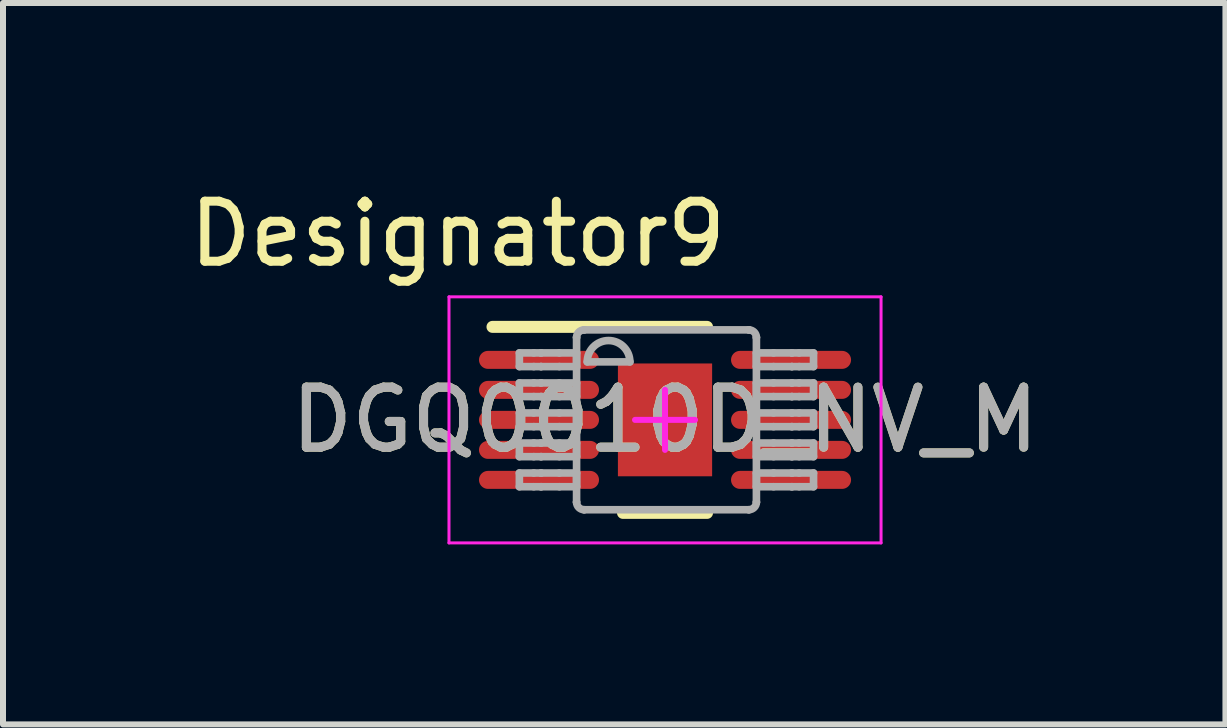
<source format=kicad_pcb>
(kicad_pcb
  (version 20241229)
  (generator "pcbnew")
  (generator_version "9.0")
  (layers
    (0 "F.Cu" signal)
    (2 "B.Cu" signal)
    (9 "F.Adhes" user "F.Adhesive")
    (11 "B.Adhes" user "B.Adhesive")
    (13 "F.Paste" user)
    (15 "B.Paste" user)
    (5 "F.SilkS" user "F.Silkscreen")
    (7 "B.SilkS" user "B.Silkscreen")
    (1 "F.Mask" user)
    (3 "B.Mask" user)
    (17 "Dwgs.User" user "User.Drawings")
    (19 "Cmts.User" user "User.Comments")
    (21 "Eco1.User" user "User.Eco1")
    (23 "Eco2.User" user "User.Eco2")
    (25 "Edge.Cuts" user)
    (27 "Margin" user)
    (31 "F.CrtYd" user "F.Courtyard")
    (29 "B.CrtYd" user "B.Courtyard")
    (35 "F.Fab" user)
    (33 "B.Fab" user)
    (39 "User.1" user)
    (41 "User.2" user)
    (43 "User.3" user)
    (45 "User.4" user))
  (footprint "DGQ0010D_NV_M"
    (layer "F.Cu")
    (at 8.032 3.947)
    (property "Reference" "DGQ0010D_NV_M" (at 0 0 0) (unlocked yes) (layer "F.SilkS") (effects (font (size 1 1) (thickness 0.15))))
    (attr smd)
    (fp_line (start -2.875 -1.55) (end 0.7 -1.55) (stroke (width 0.2) (type solid)) (layer "F.SilkS"))
    (fp_line (start -0.7 1.55) (end 0.7 1.55) (stroke (width 0.2) (type solid)) (layer "F.SilkS"))
    (fp_line (start -3.6 -2.05) (end 3.6 -2.05) (stroke (width 0.05) (type solid)) (layer "F.CrtYd"))
    (fp_line (start -3.6 2.05) (end -3.6 -2.05) (stroke (width 0.05) (type solid)) (layer "F.CrtYd"))
    (fp_line (start -3.6 2.05) (end 3.6 2.05) (stroke (width 0.05) (type solid)) (layer "F.CrtYd"))
    (fp_line (start -0.5 0) (end 0.5 0) (stroke (width 0.1) (type solid)) (layer "F.CrtYd"))
    (fp_line (start 0.000003 0.5) (end 0.000003 -0.5) (stroke (width 0.1) (type solid)) (layer "F.CrtYd"))
    (fp_line (start 3.6 2.05) (end 3.6 -2.05) (stroke (width 0.05) (type solid)) (layer "F.CrtYd"))
    (fp_line (start -2.427 -1.116) (end -2.187 -1.116) (stroke (width 0.127) (type solid)) (layer "F.Fab"))
    (fp_line (start -2.427 -0.888) (end -2.427 -1.116) (stroke (width 0.127) (type solid)) (layer "F.Fab"))
    (fp_line (start -2.427 -0.888) (end -2.187 -0.888) (stroke (width 0.127) (type solid)) (layer "F.Fab"))
    (fp_line (start -2.427 -0.616) (end -2.187 -0.616) (stroke (width 0.127) (type solid)) (layer "F.Fab"))
    (fp_line (start -2.427 -0.388) (end -2.427 -0.616) (stroke (width 0.127) (type solid)) (layer "F.Fab"))
    (fp_line (start -2.427 -0.388) (end -2.187 -0.388) (stroke (width 0.127) (type solid)) (layer "F.Fab"))
    (fp_line (start -2.427 -0.116) (end -2.187 -0.116) (stroke (width 0.127) (type solid)) (layer "F.Fab"))
    (fp_line (start -2.427 0.113) (end -2.427 -0.116) (stroke (width 0.127) (type solid)) (layer "F.Fab"))
    (fp_line (start -2.427 0.113) (end -2.187 0.113) (stroke (width 0.127) (type solid)) (layer "F.Fab"))
    (fp_line (start -2.427 0.385) (end -2.187 0.385) (stroke (width 0.127) (type solid)) (layer "F.Fab"))
    (fp_line (start -2.427 0.613) (end -2.427 0.385) (stroke (width 0.127) (type solid)) (layer "F.Fab"))
    (fp_line (start -2.427 0.613) (end -2.187 0.613) (stroke (width 0.127) (type solid)) (layer "F.Fab"))
    (fp_line (start -2.427 0.885) (end -2.187 0.885) (stroke (width 0.127) (type solid)) (layer "F.Fab"))
    (fp_line (start -2.427 1.114) (end -2.427 0.885) (stroke (width 0.127) (type solid)) (layer "F.Fab"))
    (fp_line (start -2.427 1.114) (end -2.187 1.114) (stroke (width 0.127) (type solid)) (layer "F.Fab"))
    (fp_line (start -2.187 -1.116) (end -2.067 -1.116) (stroke (width 0.127) (type solid)) (layer "F.Fab"))
    (fp_line (start -2.187 -0.888) (end -2.067 -0.888) (stroke (width 0.127) (type solid)) (layer "F.Fab"))
    (fp_line (start -2.187 -0.616) (end -2.067 -0.616) (stroke (width 0.127) (type solid)) (layer "F.Fab"))
    (fp_line (start -2.187 -0.388) (end -2.067 -0.388) (stroke (width 0.127) (type solid)) (layer "F.Fab"))
    (fp_line (start -2.187 -0.116) (end -2.067 -0.116) (stroke (width 0.127) (type solid)) (layer "F.Fab"))
    (fp_line (start -2.187 0.113) (end -2.067 0.113) (stroke (width 0.127) (type solid)) (layer "F.Fab"))
    (fp_line (start -2.187 0.385) (end -2.067 0.385) (stroke (width 0.127) (type solid)) (layer "F.Fab"))
    (fp_line (start -2.187 0.613) (end -2.067 0.613) (stroke (width 0.127) (type solid)) (layer "F.Fab"))
    (fp_line (start -2.187 0.885) (end -2.067 0.885) (stroke (width 0.127) (type solid)) (layer "F.Fab"))
    (fp_line (start -2.187 1.114) (end -2.067 1.114) (stroke (width 0.127) (type solid)) (layer "F.Fab"))
    (fp_line (start -2.067 -1.116) (end -2.064 -1.116) (stroke (width 0.127) (type solid)) (layer "F.Fab"))
    (fp_line (start -2.067 -0.888) (end -2.064 -0.888) (stroke (width 0.127) (type solid)) (layer "F.Fab"))
    (fp_line (start -2.067 -0.616) (end -2.064 -0.616) (stroke (width 0.127) (type solid)) (layer "F.Fab"))
    (fp_line (start -2.067 -0.388) (end -2.064 -0.388) (stroke (width 0.127) (type solid)) (layer "F.Fab"))
    (fp_line (start -2.067 -0.116) (end -2.064 -0.116) (stroke (width 0.127) (type solid)) (layer "F.Fab"))
    (fp_line (start -2.067 0.113) (end -2.064 0.113) (stroke (width 0.127) (type solid)) (layer "F.Fab"))
    (fp_line (start -2.067 0.385) (end -2.064 0.385) (stroke (width 0.127) (type solid)) (layer "F.Fab"))
    (fp_line (start -2.067 0.613) (end -2.064 0.613) (stroke (width 0.127) (type solid)) (layer "F.Fab"))
    (fp_line (start -2.067 0.885) (end -2.064 0.885) (stroke (width 0.127) (type solid)) (layer "F.Fab"))
    (fp_line (start -2.067 1.114) (end -2.064 1.114) (stroke (width 0.127) (type solid)) (layer "F.Fab"))
    (fp_line (start -2.064 -1.116) (end -1.76 -1.116) (stroke (width 0.127) (type solid)) (layer "F.Fab"))
    (fp_line (start -2.064 -0.888) (end -1.76 -0.888) (stroke (width 0.127) (type solid)) (layer "F.Fab"))
    (fp_line (start -2.064 -0.616) (end -1.76 -0.616) (stroke (width 0.127) (type solid)) (layer "F.Fab"))
    (fp_line (start -2.064 -0.388) (end -1.76 -0.388) (stroke (width 0.127) (type solid)) (layer "F.Fab"))
    (fp_line (start -2.064 -0.116) (end -1.76 -0.116) (stroke (width 0.127) (type solid)) (layer "F.Fab"))
    (fp_line (start -2.064 0.113) (end -1.76 0.113) (stroke (width 0.127) (type solid)) (layer "F.Fab"))
    (fp_line (start -2.064 0.385) (end -1.76 0.385) (stroke (width 0.127) (type solid)) (layer "F.Fab"))
    (fp_line (start -2.064 0.613) (end -1.76 0.613) (stroke (width 0.127) (type solid)) (layer "F.Fab"))
    (fp_line (start -2.064 0.885) (end -1.76 0.885) (stroke (width 0.127) (type solid)) (layer "F.Fab"))
    (fp_line (start -2.064 1.114) (end -1.76 1.114) (stroke (width 0.127) (type solid)) (layer "F.Fab"))
    (fp_line (start -1.76 -1.116) (end -1.474 -1.116) (stroke (width 0.127) (type solid)) (layer "F.Fab"))
    (fp_line (start -1.76 -0.888) (end -1.474 -0.888) (stroke (width 0.127) (type solid)) (layer "F.Fab"))
    (fp_line (start -1.76 -0.616) (end -1.474 -0.616) (stroke (width 0.127) (type solid)) (layer "F.Fab"))
    (fp_line (start -1.76 -0.388) (end -1.474 -0.388) (stroke (width 0.127) (type solid)) (layer "F.Fab"))
    (fp_line (start -1.76 -0.116) (end -1.474 -0.116) (stroke (width 0.127) (type solid)) (layer "F.Fab"))
    (fp_line (start -1.76 0.113) (end -1.474 0.113) (stroke (width 0.127) (type solid)) (layer "F.Fab"))
    (fp_line (start -1.76 0.385) (end -1.474 0.385) (stroke (width 0.127) (type solid)) (layer "F.Fab"))
    (fp_line (start -1.76 0.613) (end -1.474 0.613) (stroke (width 0.127) (type solid)) (layer "F.Fab"))
    (fp_line (start -1.76 0.885) (end -1.474 0.885) (stroke (width 0.127) (type solid)) (layer "F.Fab"))
    (fp_line (start -1.76 1.114) (end -1.474 1.114) (stroke (width 0.127) (type solid)) (layer "F.Fab"))
    (fp_line (start -1.474 -1.373) (end -1.474 -1.376) (stroke (width 0.127) (type solid)) (layer "F.Fab"))
    (fp_line (start -1.474 -0.888) (end -1.474 -1.116) (stroke (width 0.127) (type solid)) (layer "F.Fab"))
    (fp_line (start -1.474 -0.388) (end -1.474 -0.616) (stroke (width 0.127) (type solid)) (layer "F.Fab"))
    (fp_line (start -1.474 0.113) (end -1.474 -0.116) (stroke (width 0.127) (type solid)) (layer "F.Fab"))
    (fp_line (start -1.474 0.613) (end -1.474 0.385) (stroke (width 0.127) (type solid)) (layer "F.Fab"))
    (fp_line (start -1.474 1.114) (end -1.474 0.885) (stroke (width 0.127) (type solid)) (layer "F.Fab"))
    (fp_line (start -1.474 1.37) (end -1.474 -1.373) (stroke (width 0.127) (type solid)) (layer "F.Fab"))
    (fp_line (start -1.474 1.37) (end -1.474 1.373) (stroke (width 0.127) (type solid)) (layer "F.Fab"))
    (fp_line (start -1.35 -1.5) (end -1.347 -1.5) (stroke (width 0.127) (type solid)) (layer "F.Fab"))
    (fp_line (start -1.35 1.497) (end -1.347 1.497) (stroke (width 0.127) (type solid)) (layer "F.Fab"))
    (fp_line (start -1.347 -1.5) (end 1.396 -1.5) (stroke (width 0.127) (type solid)) (layer "F.Fab"))
    (fp_line (start -1.347 1.497) (end 1.396 1.497) (stroke (width 0.127) (type solid)) (layer "F.Fab"))
    (fp_line (start -1.296 -0.967) (end -0.585 -0.967) (stroke (width 0.127) (type solid)) (layer "F.Fab"))
    (fp_line (start 1.396 -1.5) (end 1.399 -1.5) (stroke (width 0.127) (type solid)) (layer "F.Fab"))
    (fp_line (start 1.396 1.497) (end 1.399 1.497) (stroke (width 0.127) (type solid)) (layer "F.Fab"))
    (fp_line (start 1.523 -1.376) (end 1.523 -1.373) (stroke (width 0.127) (type solid)) (layer "F.Fab"))
    (fp_line (start 1.523 1.373) (end 1.523 1.37) (stroke (width 0.127) (type solid)) (layer "F.Fab"))
    (fp_line (start 1.523 -1.116) (end 1.809 -1.116) (stroke (width 0.127) (type solid)) (layer "F.Fab"))
    (fp_line (start 1.523 -0.888) (end 1.523 -1.116) (stroke (width 0.127) (type solid)) (layer "F.Fab"))
    (fp_line (start 1.523 -0.888) (end 1.809 -0.888) (stroke (width 0.127) (type solid)) (layer "F.Fab"))
    (fp_line (start 1.523 -0.616) (end 1.809 -0.616) (stroke (width 0.127) (type solid)) (layer "F.Fab"))
    (fp_line (start 1.523 -0.388) (end 1.523 -0.616) (stroke (width 0.127) (type solid)) (layer "F.Fab"))
    (fp_line (start 1.523 -0.388) (end 1.809 -0.388) (stroke (width 0.127) (type solid)) (layer "F.Fab"))
    (fp_line (start 1.523 -0.116) (end 1.809 -0.116) (stroke (width 0.127) (type solid)) (layer "F.Fab"))
    (fp_line (start 1.523 0.113) (end 1.523 -0.116) (stroke (width 0.127) (type solid)) (layer "F.Fab"))
    (fp_line (start 1.523 0.113) (end 1.809 0.113) (stroke (width 0.127) (type solid)) (layer "F.Fab"))
    (fp_line (start 1.523 0.385) (end 1.809 0.385) (stroke (width 0.127) (type solid)) (layer "F.Fab"))
    (fp_line (start 1.523 0.613) (end 1.523 0.385) (stroke (width 0.127) (type solid)) (layer "F.Fab"))
    (fp_line (start 1.523 0.613) (end 1.809 0.613) (stroke (width 0.127) (type solid)) (layer "F.Fab"))
    (fp_line (start 1.523 0.885) (end 1.809 0.885) (stroke (width 0.127) (type solid)) (layer "F.Fab"))
    (fp_line (start 1.523 1.114) (end 1.523 0.885) (stroke (width 0.127) (type solid)) (layer "F.Fab"))
    (fp_line (start 1.523 1.114) (end 1.809 1.114) (stroke (width 0.127) (type solid)) (layer "F.Fab"))
    (fp_line (start 1.523 1.37) (end 1.523 -1.373) (stroke (width 0.127) (type solid)) (layer "F.Fab"))
    (fp_line (start 1.809 -1.116) (end 2.113 -1.116) (stroke (width 0.127) (type solid)) (layer "F.Fab"))
    (fp_line (start 1.809 -0.888) (end 2.113 -0.888) (stroke (width 0.127) (type solid)) (layer "F.Fab"))
    (fp_line (start 1.809 -0.616) (end 2.113 -0.616) (stroke (width 0.127) (type solid)) (layer "F.Fab"))
    (fp_line (start 1.809 -0.388) (end 2.113 -0.388) (stroke (width 0.127) (type solid)) (layer "F.Fab"))
    (fp_line (start 1.809 -0.116) (end 2.113 -0.116) (stroke (width 0.127) (type solid)) (layer "F.Fab"))
    (fp_line (start 1.809 0.113) (end 2.113 0.113) (stroke (width 0.127) (type solid)) (layer "F.Fab"))
    (fp_line (start 1.809 0.385) (end 2.113 0.385) (stroke (width 0.127) (type solid)) (layer "F.Fab"))
    (fp_line (start 1.809 0.613) (end 2.113 0.613) (stroke (width 0.127) (type solid)) (layer "F.Fab"))
    (fp_line (start 1.809 0.885) (end 2.113 0.885) (stroke (width 0.127) (type solid)) (layer "F.Fab"))
    (fp_line (start 1.809 1.114) (end 2.113 1.114) (stroke (width 0.127) (type solid)) (layer "F.Fab"))
    (fp_line (start 2.113 -1.116) (end 2.116 -1.116) (stroke (width 0.127) (type solid)) (layer "F.Fab"))
    (fp_line (start 2.113 -0.888) (end 2.116 -0.888) (stroke (width 0.127) (type solid)) (layer "F.Fab"))
    (fp_line (start 2.113 -0.616) (end 2.116 -0.616) (stroke (width 0.127) (type solid)) (layer "F.Fab"))
    (fp_line (start 2.113 -0.388) (end 2.116 -0.388) (stroke (width 0.127) (type solid)) (layer "F.Fab"))
    (fp_line (start 2.113 -0.116) (end 2.116 -0.116) (stroke (width 0.127) (type solid)) (layer "F.Fab"))
    (fp_line (start 2.113 0.113) (end 2.116 0.113) (stroke (width 0.127) (type solid)) (layer "F.Fab"))
    (fp_line (start 2.113 0.385) (end 2.116 0.385) (stroke (width 0.127) (type solid)) (layer "F.Fab"))
    (fp_line (start 2.113 0.613) (end 2.116 0.613) (stroke (width 0.127) (type solid)) (layer "F.Fab"))
    (fp_line (start 2.113 0.885) (end 2.116 0.885) (stroke (width 0.127) (type solid)) (layer "F.Fab"))
    (fp_line (start 2.113 1.114) (end 2.116 1.114) (stroke (width 0.127) (type solid)) (layer "F.Fab"))
    (fp_line (start 2.116 -1.116) (end 2.236 -1.116) (stroke (width 0.127) (type solid)) (layer "F.Fab"))
    (fp_line (start 2.116 -0.888) (end 2.236 -0.888) (stroke (width 0.127) (type solid)) (layer "F.Fab"))
    (fp_line (start 2.116 -0.616) (end 2.236 -0.616) (stroke (width 0.127) (type solid)) (layer "F.Fab"))
    (fp_line (start 2.116 -0.388) (end 2.236 -0.388) (stroke (width 0.127) (type solid)) (layer "F.Fab"))
    (fp_line (start 2.116 -0.116) (end 2.236 -0.116) (stroke (width 0.127) (type solid)) (layer "F.Fab"))
    (fp_line (start 2.116 0.113) (end 2.236 0.113) (stroke (width 0.127) (type solid)) (layer "F.Fab"))
    (fp_line (start 2.116 0.385) (end 2.236 0.385) (stroke (width 0.127) (type solid)) (layer "F.Fab"))
    (fp_line (start 2.116 0.613) (end 2.236 0.613) (stroke (width 0.127) (type solid)) (layer "F.Fab"))
    (fp_line (start 2.116 0.885) (end 2.236 0.885) (stroke (width 0.127) (type solid)) (layer "F.Fab"))
    (fp_line (start 2.116 1.114) (end 2.236 1.114) (stroke (width 0.127) (type solid)) (layer "F.Fab"))
    (fp_line (start 2.236 -1.116) (end 2.475 -1.116) (stroke (width 0.127) (type solid)) (layer "F.Fab"))
    (fp_line (start 2.236 -0.888) (end 2.475 -0.888) (stroke (width 0.127) (type solid)) (layer "F.Fab"))
    (fp_line (start 2.236 -0.616) (end 2.475 -0.616) (stroke (width 0.127) (type solid)) (layer "F.Fab"))
    (fp_line (start 2.236 -0.388) (end 2.475 -0.388) (stroke (width 0.127) (type solid)) (layer "F.Fab"))
    (fp_line (start 2.236 -0.116) (end 2.475 -0.116) (stroke (width 0.127) (type solid)) (layer "F.Fab"))
    (fp_line (start 2.236 0.113) (end 2.475 0.113) (stroke (width 0.127) (type solid)) (layer "F.Fab"))
    (fp_line (start 2.236 0.385) (end 2.475 0.385) (stroke (width 0.127) (type solid)) (layer "F.Fab"))
    (fp_line (start 2.236 0.613) (end 2.475 0.613) (stroke (width 0.127) (type solid)) (layer "F.Fab"))
    (fp_line (start 2.236 0.885) (end 2.475 0.885) (stroke (width 0.127) (type solid)) (layer "F.Fab"))
    (fp_line (start 2.236 1.114) (end 2.475 1.114) (stroke (width 0.127) (type solid)) (layer "F.Fab"))
    (fp_line (start 2.475 -0.888) (end 2.475 -1.116) (stroke (width 0.127) (type solid)) (layer "F.Fab"))
    (fp_line (start 2.475 -0.388) (end 2.475 -0.616) (stroke (width 0.127) (type solid)) (layer "F.Fab"))
    (fp_line (start 2.475 0.113) (end 2.475 -0.116) (stroke (width 0.127) (type solid)) (layer "F.Fab"))
    (fp_line (start 2.475 0.613) (end 2.475 0.385) (stroke (width 0.127) (type solid)) (layer "F.Fab"))
    (fp_line (start 2.475 1.114) (end 2.475 0.885) (stroke (width 0.127) (type solid)) (layer "F.Fab"))
    (fp_arc (start -1.474232 -1.375768) (mid -1.437062 -1.46283) (end -1.35 -1.5) (stroke (width 0.127) (type solid)) (layer "F.Fab"))
    (fp_arc (start -1.35 1.49715) (mid -1.437062 1.45998) (end -1.474232 1.372918) (stroke (width 0.127) (type solid)) (layer "F.Fab"))
    (fp_arc (start -1.296457 -0.966625) (mid -0.940857 -1.322225) (end -0.585257 -0.966625) (stroke (width 0.127) (type solid)) (layer "F.Fab"))
    (fp_arc (start 1.398686 -1.5) (mid 1.485749 -1.46283) (end 1.522919 -1.375768) (stroke (width 0.127) (type solid)) (layer "F.Fab"))
    (fp_arc (start 1.522919 1.372918) (mid 1.485749 1.45998) (end 1.398686 1.49715) (stroke (width 0.127) (type solid)) (layer "F.Fab"))
    (fp_text user "Designator9" (at -3.454 -3.099 0) (unlocked yes) (layer "F.SilkS") (effects (font (size 1 1) (thickness 0.15))))
    (fp_text user "${REFERENCE}" (at 0 0 0) (unlocked yes) (layer "F.Fab") (effects (font (size 1 1) (thickness 0.15))))
    (pad "1" smd oval (at -2.1 -1 90) (size 0.3 2) (layers "F.Cu" "F.Mask" "F.Paste"))
    (pad "2" smd oval (at -2.1 -0.5 90) (size 0.3 2) (layers "F.Cu" "F.Mask" "F.Paste"))
    (pad "3" smd oval (at -2.1 0 90) (size 0.3 2) (layers "F.Cu" "F.Mask" "F.Paste"))
    (pad "4" smd oval (at -2.1 0.5 90) (size 0.3 2) (layers "F.Cu" "F.Mask" "F.Paste"))
    (pad "5" smd oval (at -2.1 1 90) (size 0.3 2) (layers "F.Cu" "F.Mask" "F.Paste"))
    (pad "6" smd oval (at 2.1 1 90) (size 0.3 2) (layers "F.Cu" "F.Mask" "F.Paste"))
    (pad "7" smd oval (at 2.1 0.5 90) (size 0.3 2) (layers "F.Cu" "F.Mask" "F.Paste"))
    (pad "8" smd oval (at 2.1 0 90) (size 0.3 2) (layers "F.Cu" "F.Mask" "F.Paste"))
    (pad "9" smd oval (at 2.1 -0.5 90) (size 0.3 2) (layers "F.Cu" "F.Mask" "F.Paste"))
    (pad "10" smd oval (at 2.1 -1 90) (size 0.3 2) (layers "F.Cu" "F.Mask" "F.Paste"))
    (pad "11" smd rect (at 0 0) (size 1.57 1.88) (layers "F.Cu" "F.Mask" "F.Paste")))
  (gr_rect
    (start -3 -3)
    (end 17.371 9.022)
    (stroke (width 0.1) (type default))
    (fill no)
    (layer "Edge.Cuts")))
</source>
